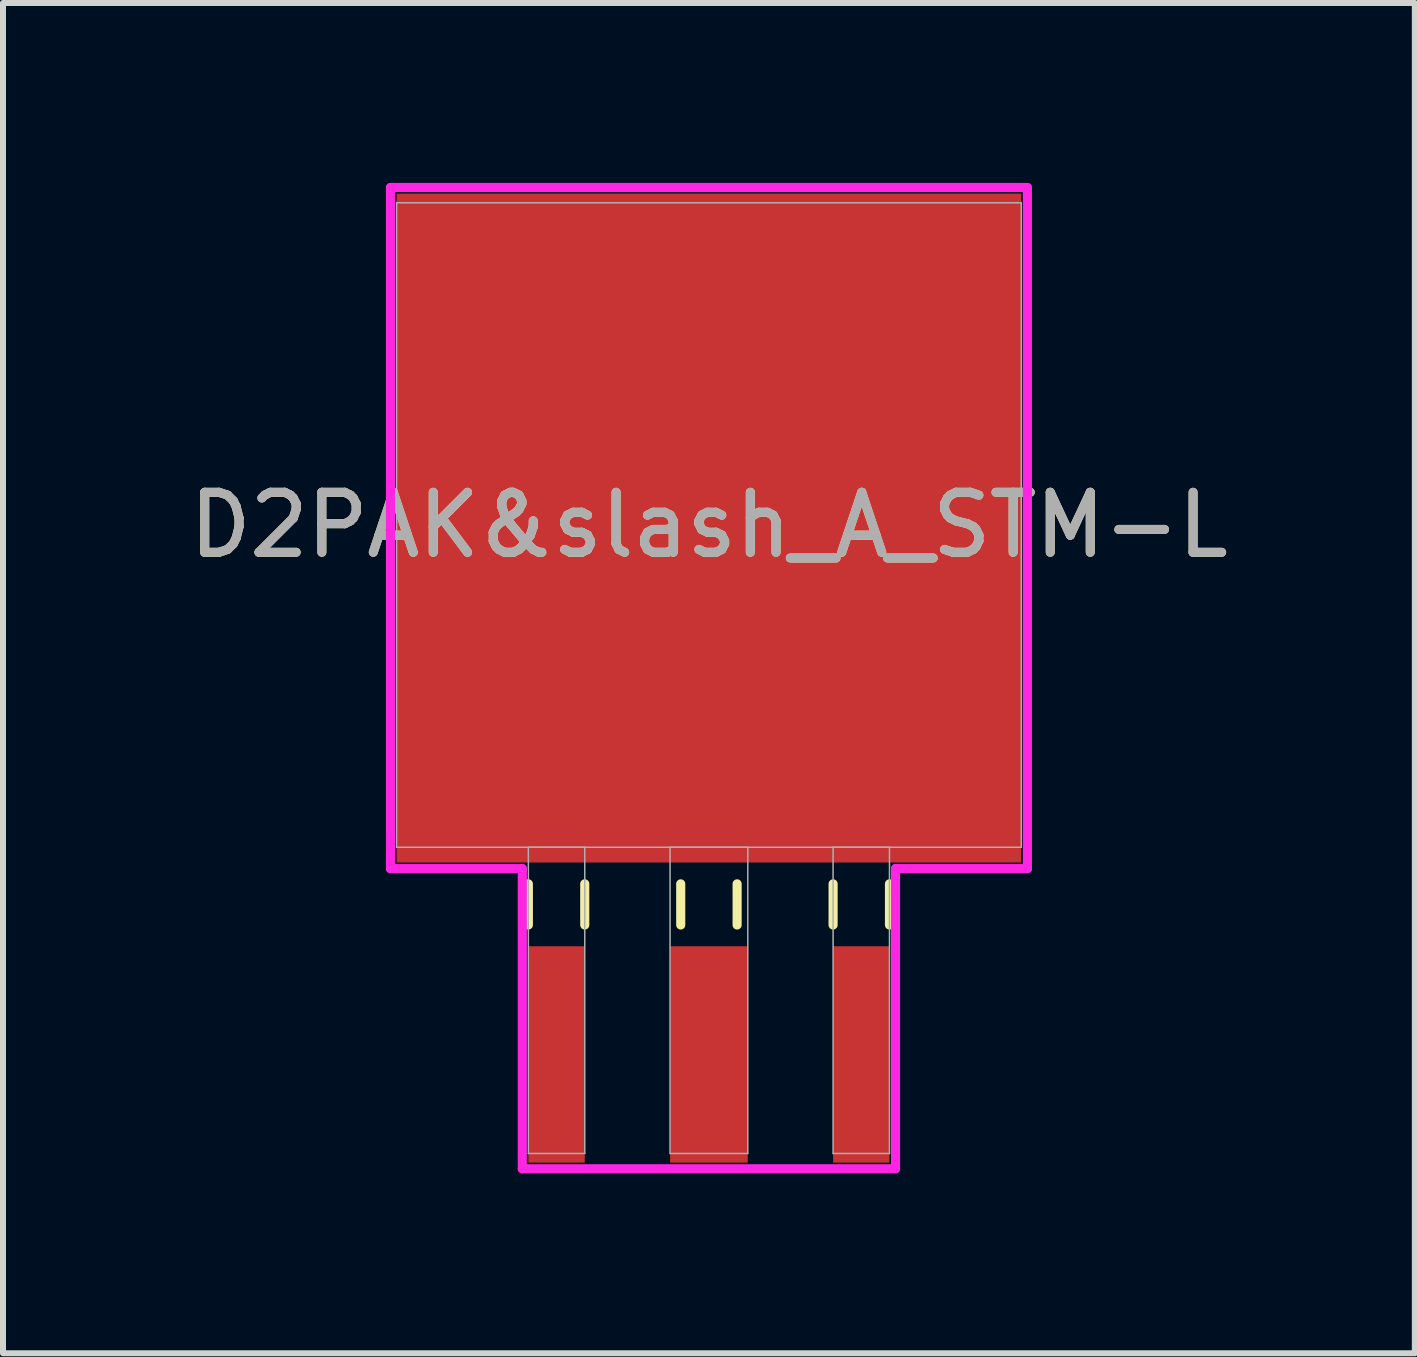
<source format=kicad_pcb>
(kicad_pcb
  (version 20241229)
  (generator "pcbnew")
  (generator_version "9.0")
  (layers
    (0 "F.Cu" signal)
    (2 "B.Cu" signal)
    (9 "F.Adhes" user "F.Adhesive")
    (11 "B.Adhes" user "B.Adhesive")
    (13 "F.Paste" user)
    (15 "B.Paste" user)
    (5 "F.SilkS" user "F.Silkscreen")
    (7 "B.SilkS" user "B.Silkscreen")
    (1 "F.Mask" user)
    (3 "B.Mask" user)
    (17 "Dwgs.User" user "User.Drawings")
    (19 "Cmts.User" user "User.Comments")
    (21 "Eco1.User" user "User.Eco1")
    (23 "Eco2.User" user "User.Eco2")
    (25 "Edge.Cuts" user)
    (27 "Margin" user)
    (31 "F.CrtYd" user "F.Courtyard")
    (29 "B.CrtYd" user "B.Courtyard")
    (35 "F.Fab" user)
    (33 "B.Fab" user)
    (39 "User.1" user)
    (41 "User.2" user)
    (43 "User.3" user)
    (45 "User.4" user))
  (footprint "D2PAK&slash_A_STM-L"
    (layer "F.Cu")
    (at 8.768 5.702)
    (property "Reference" "D2PAK&slash_A_STM-L" (at 0 0 0) (unlocked yes) (layer "F.SilkS") (effects (font (size 1 1) (thickness 0.15))))
    (attr smd)
    (fp_line (start -3.01 5.982) (end -3.01 6.668) (stroke (width 0.152) (type solid)) (layer "F.SilkS"))
    (fp_line (start -2.07 5.982) (end -2.07 6.668) (stroke (width 0.152) (type solid)) (layer "F.SilkS"))
    (fp_line (start -0.47 5.982) (end -0.47 6.668) (stroke (width 0.152) (type solid)) (layer "F.SilkS"))
    (fp_line (start 0.47 5.982) (end 0.47 6.668) (stroke (width 0.152) (type solid)) (layer "F.SilkS"))
    (fp_line (start 2.07 5.982) (end 2.07 6.668) (stroke (width 0.152) (type solid)) (layer "F.SilkS"))
    (fp_line (start 3.01 5.982) (end 3.01 6.668) (stroke (width 0.152) (type solid)) (layer "F.SilkS"))
    (fp_line (start -5.309 -5.626) (end 5.309 -5.626) (stroke (width 0.152) (type solid)) (layer "F.CrtYd"))
    (fp_line (start -5.309 5.728) (end -5.309 -5.626) (stroke (width 0.152) (type solid)) (layer "F.CrtYd"))
    (fp_line (start -3.111 5.728) (end -5.309 5.728) (stroke (width 0.152) (type solid)) (layer "F.CrtYd"))
    (fp_line (start -3.111 10.732) (end -3.111 5.728) (stroke (width 0.152) (type solid)) (layer "F.CrtYd"))
    (fp_line (start 3.111 5.728) (end 3.111 10.732) (stroke (width 0.152) (type solid)) (layer "F.CrtYd"))
    (fp_line (start 3.111 10.732) (end -3.111 10.732) (stroke (width 0.152) (type solid)) (layer "F.CrtYd"))
    (fp_line (start 5.309 -5.626) (end 5.309 5.728) (stroke (width 0.152) (type solid)) (layer "F.CrtYd"))
    (fp_line (start 5.309 5.728) (end 3.111 5.728) (stroke (width 0.152) (type solid)) (layer "F.CrtYd"))
    (fp_line (start -5.207 -5.372) (end -5.207 5.372) (stroke (width 0.025) (type solid)) (layer "F.Fab"))
    (fp_line (start -5.207 5.372) (end 5.207 5.372) (stroke (width 0.025) (type solid)) (layer "F.Fab"))
    (fp_line (start -3.01 5.372) (end -3.01 10.477) (stroke (width 0.025) (type solid)) (layer "F.Fab"))
    (fp_line (start -3.01 10.477) (end -2.07 10.477) (stroke (width 0.025) (type solid)) (layer "F.Fab"))
    (fp_line (start -2.07 5.372) (end -3.01 5.372) (stroke (width 0.025) (type solid)) (layer "F.Fab"))
    (fp_line (start -2.07 10.477) (end -2.07 5.372) (stroke (width 0.025) (type solid)) (layer "F.Fab"))
    (fp_line (start -0.648 5.372) (end -0.648 10.477) (stroke (width 0.025) (type solid)) (layer "F.Fab"))
    (fp_line (start -0.648 10.477) (end 0.648 10.477) (stroke (width 0.025) (type solid)) (layer "F.Fab"))
    (fp_line (start 0.648 5.372) (end -0.648 5.372) (stroke (width 0.025) (type solid)) (layer "F.Fab"))
    (fp_line (start 0.648 10.477) (end 0.648 5.372) (stroke (width 0.025) (type solid)) (layer "F.Fab"))
    (fp_line (start 2.07 5.372) (end 2.07 10.477) (stroke (width 0.025) (type solid)) (layer "F.Fab"))
    (fp_line (start 2.07 10.477) (end 3.01 10.477) (stroke (width 0.025) (type solid)) (layer "F.Fab"))
    (fp_line (start 3.01 5.372) (end 2.07 5.372) (stroke (width 0.025) (type solid)) (layer "F.Fab"))
    (fp_line (start 3.01 10.477) (end 3.01 5.372) (stroke (width 0.025) (type solid)) (layer "F.Fab"))
    (fp_line (start 5.207 -5.372) (end -5.207 -5.372) (stroke (width 0.025) (type solid)) (layer "F.Fab"))
    (fp_line (start 5.207 5.372) (end 5.207 -5.372) (stroke (width 0.025) (type solid)) (layer "F.Fab"))
    (fp_text user "${REFERENCE}" (at 0 0 0) (unlocked yes) (layer "F.Fab") (effects (font (size 1 1) (thickness 0.15))))
    (pad "1" smd rect (at -2.54 8.826) (size 0.94 3.607) (layers "F.Cu" "F.Mask" "F.Paste"))
    (pad "2" smd rect (at 0 8.826) (size 1.295 3.607) (layers "F.Cu" "F.Mask" "F.Paste"))
    (pad "3" smd rect (at 2.54 8.826) (size 0.94 3.607) (layers "F.Cu" "F.Mask" "F.Paste"))
    (pad "4" smd rect (at 0 0.051) (size 10.414 11.151) (layers "F.Cu" "F.Mask" "F.Paste")))
  (gr_rect
    (start -3 -3)
    (end 20.536 19.51)
    (stroke (width 0.1) (type default))
    (fill no)
    (layer "Edge.Cuts")))
</source>
